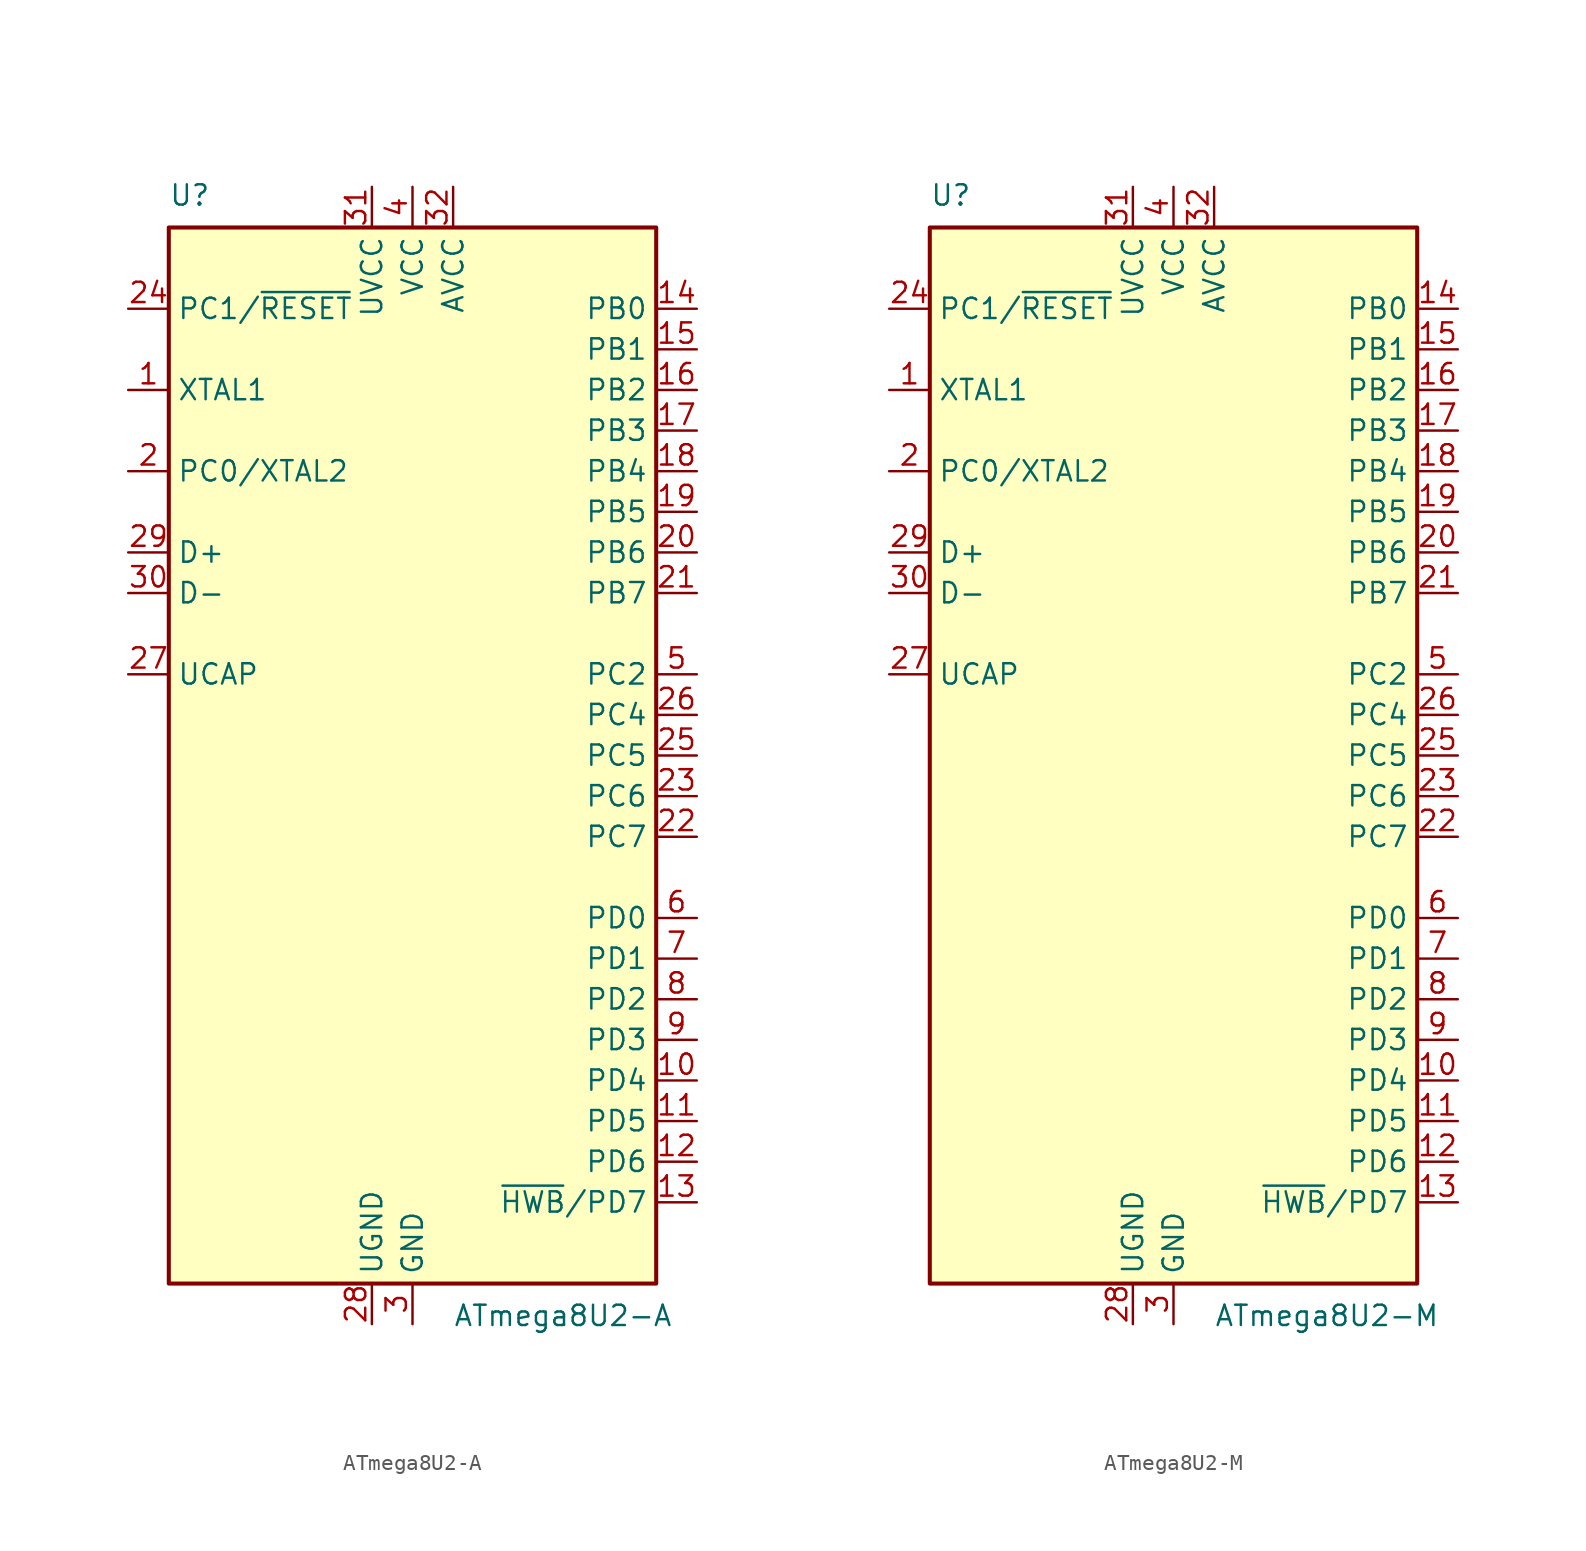
<source format=kicad_sym>
(kicad_symbol_lib
  (version 20241209)
  (generator "kicad_symbol_editor")
  (generator_version "9.0")
  (symbol "ATmega8U2-A"
    (property "Reference" "U"
      (at -15.24 34.29 0)
      (effects (font (size 1.27 1.27)) (justify left bottom)))
    (property "Value" "ATmega8U2-A"
      (at 2.54 -34.29 0)
      (effects (font (size 1.27 1.27)) (justify left top)))
    (symbol "ATmega8U2-A_0_1"
      (rectangle (start -15.24 -33.02) (end 15.24 33.02) (stroke (width 0.254) (type default)) (fill (type background))))
    (symbol "ATmega8U2-A_1_1"
      (pin bidirectional line (at -17.78 27.94 0) (length 2.54) (name "PC1/~{RESET}" (effects (font (size 1.27 1.27)))) (number "24" (effects (font (size 1.27 1.27)))))
      (pin input line (at -17.78 22.86 0) (length 2.54) (name "XTAL1" (effects (font (size 1.27 1.27)))) (number "1" (effects (font (size 1.27 1.27)))))
      (pin bidirectional line (at -17.78 17.78 0) (length 2.54) (name "PC0/XTAL2" (effects (font (size 1.27 1.27)))) (number "2" (effects (font (size 1.27 1.27)))))
      (pin bidirectional line (at -17.78 12.7 0) (length 2.54) (name "D+" (effects (font (size 1.27 1.27)))) (number "29" (effects (font (size 1.27 1.27)))))
      (pin bidirectional line (at -17.78 10.16 0) (length 2.54) (name "D-" (effects (font (size 1.27 1.27)))) (number "30" (effects (font (size 1.27 1.27)))))
      (pin passive line (at -17.78 5.08 0) (length 2.54) (name "UCAP" (effects (font (size 1.27 1.27)))) (number "27" (effects (font (size 1.27 1.27)))))
      (pin power_in line (at -2.54 35.56 270) (length 2.54) (name "UVCC" (effects (font (size 1.27 1.27)))) (number "31" (effects (font (size 1.27 1.27)))))
      (pin power_in line (at -2.54 -35.56 90) (length 2.54) (name "UGND" (effects (font (size 1.27 1.27)))) (number "28" (effects (font (size 1.27 1.27)))))
      (pin power_in line (at 0 35.56 270) (length 2.54) (name "VCC" (effects (font (size 1.27 1.27)))) (number "4" (effects (font (size 1.27 1.27)))))
      (pin power_in line (at 0 -35.56 90) (length 2.54) (name "GND" (effects (font (size 1.27 1.27)))) (number "3" (effects (font (size 1.27 1.27)))))
      (pin power_in line (at 2.54 35.56 270) (length 2.54) (name "AVCC" (effects (font (size 1.27 1.27)))) (number "32" (effects (font (size 1.27 1.27)))))
      (pin bidirectional line (at 17.78 27.94 180) (length 2.54) (name "PB0" (effects (font (size 1.27 1.27)))) (number "14" (effects (font (size 1.27 1.27)))))
      (pin bidirectional line (at 17.78 25.4 180) (length 2.54) (name "PB1" (effects (font (size 1.27 1.27)))) (number "15" (effects (font (size 1.27 1.27)))))
      (pin bidirectional line (at 17.78 22.86 180) (length 2.54) (name "PB2" (effects (font (size 1.27 1.27)))) (number "16" (effects (font (size 1.27 1.27)))))
      (pin bidirectional line (at 17.78 20.32 180) (length 2.54) (name "PB3" (effects (font (size 1.27 1.27)))) (number "17" (effects (font (size 1.27 1.27)))))
      (pin bidirectional line (at 17.78 17.78 180) (length 2.54) (name "PB4" (effects (font (size 1.27 1.27)))) (number "18" (effects (font (size 1.27 1.27)))))
      (pin bidirectional line (at 17.78 15.24 180) (length 2.54) (name "PB5" (effects (font (size 1.27 1.27)))) (number "19" (effects (font (size 1.27 1.27)))))
      (pin bidirectional line (at 17.78 12.7 180) (length 2.54) (name "PB6" (effects (font (size 1.27 1.27)))) (number "20" (effects (font (size 1.27 1.27)))))
      (pin bidirectional line (at 17.78 10.16 180) (length 2.54) (name "PB7" (effects (font (size 1.27 1.27)))) (number "21" (effects (font (size 1.27 1.27)))))
      (pin bidirectional line (at 17.78 5.08 180) (length 2.54) (name "PC2" (effects (font (size 1.27 1.27)))) (number "5" (effects (font (size 1.27 1.27)))))
      (pin bidirectional line (at 17.78 2.54 180) (length 2.54) (name "PC4" (effects (font (size 1.27 1.27)))) (number "26" (effects (font (size 1.27 1.27)))))
      (pin bidirectional line (at 17.78 0 180) (length 2.54) (name "PC5" (effects (font (size 1.27 1.27)))) (number "25" (effects (font (size 1.27 1.27)))))
      (pin bidirectional line (at 17.78 -2.54 180) (length 2.54) (name "PC6" (effects (font (size 1.27 1.27)))) (number "23" (effects (font (size 1.27 1.27)))))
      (pin bidirectional line (at 17.78 -5.08 180) (length 2.54) (name "PC7" (effects (font (size 1.27 1.27)))) (number "22" (effects (font (size 1.27 1.27)))))
      (pin bidirectional line (at 17.78 -10.16 180) (length 2.54) (name "PD0" (effects (font (size 1.27 1.27)))) (number "6" (effects (font (size 1.27 1.27)))))
      (pin bidirectional line (at 17.78 -12.7 180) (length 2.54) (name "PD1" (effects (font (size 1.27 1.27)))) (number "7" (effects (font (size 1.27 1.27)))))
      (pin bidirectional line (at 17.78 -15.24 180) (length 2.54) (name "PD2" (effects (font (size 1.27 1.27)))) (number "8" (effects (font (size 1.27 1.27)))))
      (pin bidirectional line (at 17.78 -17.78 180) (length 2.54) (name "PD3" (effects (font (size 1.27 1.27)))) (number "9" (effects (font (size 1.27 1.27)))))
      (pin bidirectional line (at 17.78 -20.32 180) (length 2.54) (name "PD4" (effects (font (size 1.27 1.27)))) (number "10" (effects (font (size 1.27 1.27)))))
      (pin bidirectional line (at 17.78 -22.86 180) (length 2.54) (name "PD5" (effects (font (size 1.27 1.27)))) (number "11" (effects (font (size 1.27 1.27)))))
      (pin bidirectional line (at 17.78 -25.4 180) (length 2.54) (name "PD6" (effects (font (size 1.27 1.27)))) (number "12" (effects (font (size 1.27 1.27)))))
      (pin bidirectional line (at 17.78 -27.94 180) (length 2.54) (name "~{HWB}/PD7" (effects (font (size 1.27 1.27)))) (number "13" (effects (font (size 1.27 1.27)))))))
  (symbol "ATmega8U2-M"
    (property "Reference" "U"
      (at -15.24 34.29 0)
      (effects (font (size 1.27 1.27)) (justify left bottom)))
    (property "Value" "ATmega8U2-M"
      (at 2.54 -34.29 0)
      (effects (font (size 1.27 1.27)) (justify left top)))
    (symbol "ATmega8U2-M_0_1"
      (rectangle (start -15.24 -33.02) (end 15.24 33.02) (stroke (width 0.254) (type default)) (fill (type background))))
    (symbol "ATmega8U2-M_1_1"
      (pin bidirectional line (at -17.78 27.94 0) (length 2.54) (name "PC1/~{RESET}" (effects (font (size 1.27 1.27)))) (number "24" (effects (font (size 1.27 1.27)))))
      (pin input line (at -17.78 22.86 0) (length 2.54) (name "XTAL1" (effects (font (size 1.27 1.27)))) (number "1" (effects (font (size 1.27 1.27)))))
      (pin bidirectional line (at -17.78 17.78 0) (length 2.54) (name "PC0/XTAL2" (effects (font (size 1.27 1.27)))) (number "2" (effects (font (size 1.27 1.27)))))
      (pin bidirectional line (at -17.78 12.7 0) (length 2.54) (name "D+" (effects (font (size 1.27 1.27)))) (number "29" (effects (font (size 1.27 1.27)))))
      (pin bidirectional line (at -17.78 10.16 0) (length 2.54) (name "D-" (effects (font (size 1.27 1.27)))) (number "30" (effects (font (size 1.27 1.27)))))
      (pin passive line (at -17.78 5.08 0) (length 2.54) (name "UCAP" (effects (font (size 1.27 1.27)))) (number "27" (effects (font (size 1.27 1.27)))))
      (pin power_in line (at -2.54 35.56 270) (length 2.54) (name "UVCC" (effects (font (size 1.27 1.27)))) (number "31" (effects (font (size 1.27 1.27)))))
      (pin power_in line (at -2.54 -35.56 90) (length 2.54) (name "UGND" (effects (font (size 1.27 1.27)))) (number "28" (effects (font (size 1.27 1.27)))))
      (pin power_in line (at 0 35.56 270) (length 2.54) (name "VCC" (effects (font (size 1.27 1.27)))) (number "4" (effects (font (size 1.27 1.27)))))
      (pin power_in line (at 0 -35.56 90) (length 2.54) (name "GND" (effects (font (size 1.27 1.27)))) (number "3" (effects (font (size 1.27 1.27)))))
      (pin passive line (at 0 -35.56 90) (length 2.54) (hide yes) (name "GND" (effects (font (size 1.27 1.27)))) (number "33" (effects (font (size 1.27 1.27)))))
      (pin power_in line (at 2.54 35.56 270) (length 2.54) (name "AVCC" (effects (font (size 1.27 1.27)))) (number "32" (effects (font (size 1.27 1.27)))))
      (pin bidirectional line (at 17.78 27.94 180) (length 2.54) (name "PB0" (effects (font (size 1.27 1.27)))) (number "14" (effects (font (size 1.27 1.27)))))
      (pin bidirectional line (at 17.78 25.4 180) (length 2.54) (name "PB1" (effects (font (size 1.27 1.27)))) (number "15" (effects (font (size 1.27 1.27)))))
      (pin bidirectional line (at 17.78 22.86 180) (length 2.54) (name "PB2" (effects (font (size 1.27 1.27)))) (number "16" (effects (font (size 1.27 1.27)))))
      (pin bidirectional line (at 17.78 20.32 180) (length 2.54) (name "PB3" (effects (font (size 1.27 1.27)))) (number "17" (effects (font (size 1.27 1.27)))))
      (pin bidirectional line (at 17.78 17.78 180) (length 2.54) (name "PB4" (effects (font (size 1.27 1.27)))) (number "18" (effects (font (size 1.27 1.27)))))
      (pin bidirectional line (at 17.78 15.24 180) (length 2.54) (name "PB5" (effects (font (size 1.27 1.27)))) (number "19" (effects (font (size 1.27 1.27)))))
      (pin bidirectional line (at 17.78 12.7 180) (length 2.54) (name "PB6" (effects (font (size 1.27 1.27)))) (number "20" (effects (font (size 1.27 1.27)))))
      (pin bidirectional line (at 17.78 10.16 180) (length 2.54) (name "PB7" (effects (font (size 1.27 1.27)))) (number "21" (effects (font (size 1.27 1.27)))))
      (pin bidirectional line (at 17.78 5.08 180) (length 2.54) (name "PC2" (effects (font (size 1.27 1.27)))) (number "5" (effects (font (size 1.27 1.27)))))
      (pin bidirectional line (at 17.78 2.54 180) (length 2.54) (name "PC4" (effects (font (size 1.27 1.27)))) (number "26" (effects (font (size 1.27 1.27)))))
      (pin bidirectional line (at 17.78 0 180) (length 2.54) (name "PC5" (effects (font (size 1.27 1.27)))) (number "25" (effects (font (size 1.27 1.27)))))
      (pin bidirectional line (at 17.78 -2.54 180) (length 2.54) (name "PC6" (effects (font (size 1.27 1.27)))) (number "23" (effects (font (size 1.27 1.27)))))
      (pin bidirectional line (at 17.78 -5.08 180) (length 2.54) (name "PC7" (effects (font (size 1.27 1.27)))) (number "22" (effects (font (size 1.27 1.27)))))
      (pin bidirectional line (at 17.78 -10.16 180) (length 2.54) (name "PD0" (effects (font (size 1.27 1.27)))) (number "6" (effects (font (size 1.27 1.27)))))
      (pin bidirectional line (at 17.78 -12.7 180) (length 2.54) (name "PD1" (effects (font (size 1.27 1.27)))) (number "7" (effects (font (size 1.27 1.27)))))
      (pin bidirectional line (at 17.78 -15.24 180) (length 2.54) (name "PD2" (effects (font (size 1.27 1.27)))) (number "8" (effects (font (size 1.27 1.27)))))
      (pin bidirectional line (at 17.78 -17.78 180) (length 2.54) (name "PD3" (effects (font (size 1.27 1.27)))) (number "9" (effects (font (size 1.27 1.27)))))
      (pin bidirectional line (at 17.78 -20.32 180) (length 2.54) (name "PD4" (effects (font (size 1.27 1.27)))) (number "10" (effects (font (size 1.27 1.27)))))
      (pin bidirectional line (at 17.78 -22.86 180) (length 2.54) (name "PD5" (effects (font (size 1.27 1.27)))) (number "11" (effects (font (size 1.27 1.27)))))
      (pin bidirectional line (at 17.78 -25.4 180) (length 2.54) (name "PD6" (effects (font (size 1.27 1.27)))) (number "12" (effects (font (size 1.27 1.27)))))
      (pin bidirectional line (at 17.78 -27.94 180) (length 2.54) (name "~{HWB}/PD7" (effects (font (size 1.27 1.27)))) (number "13" (effects (font (size 1.27 1.27))))))))
</source>
